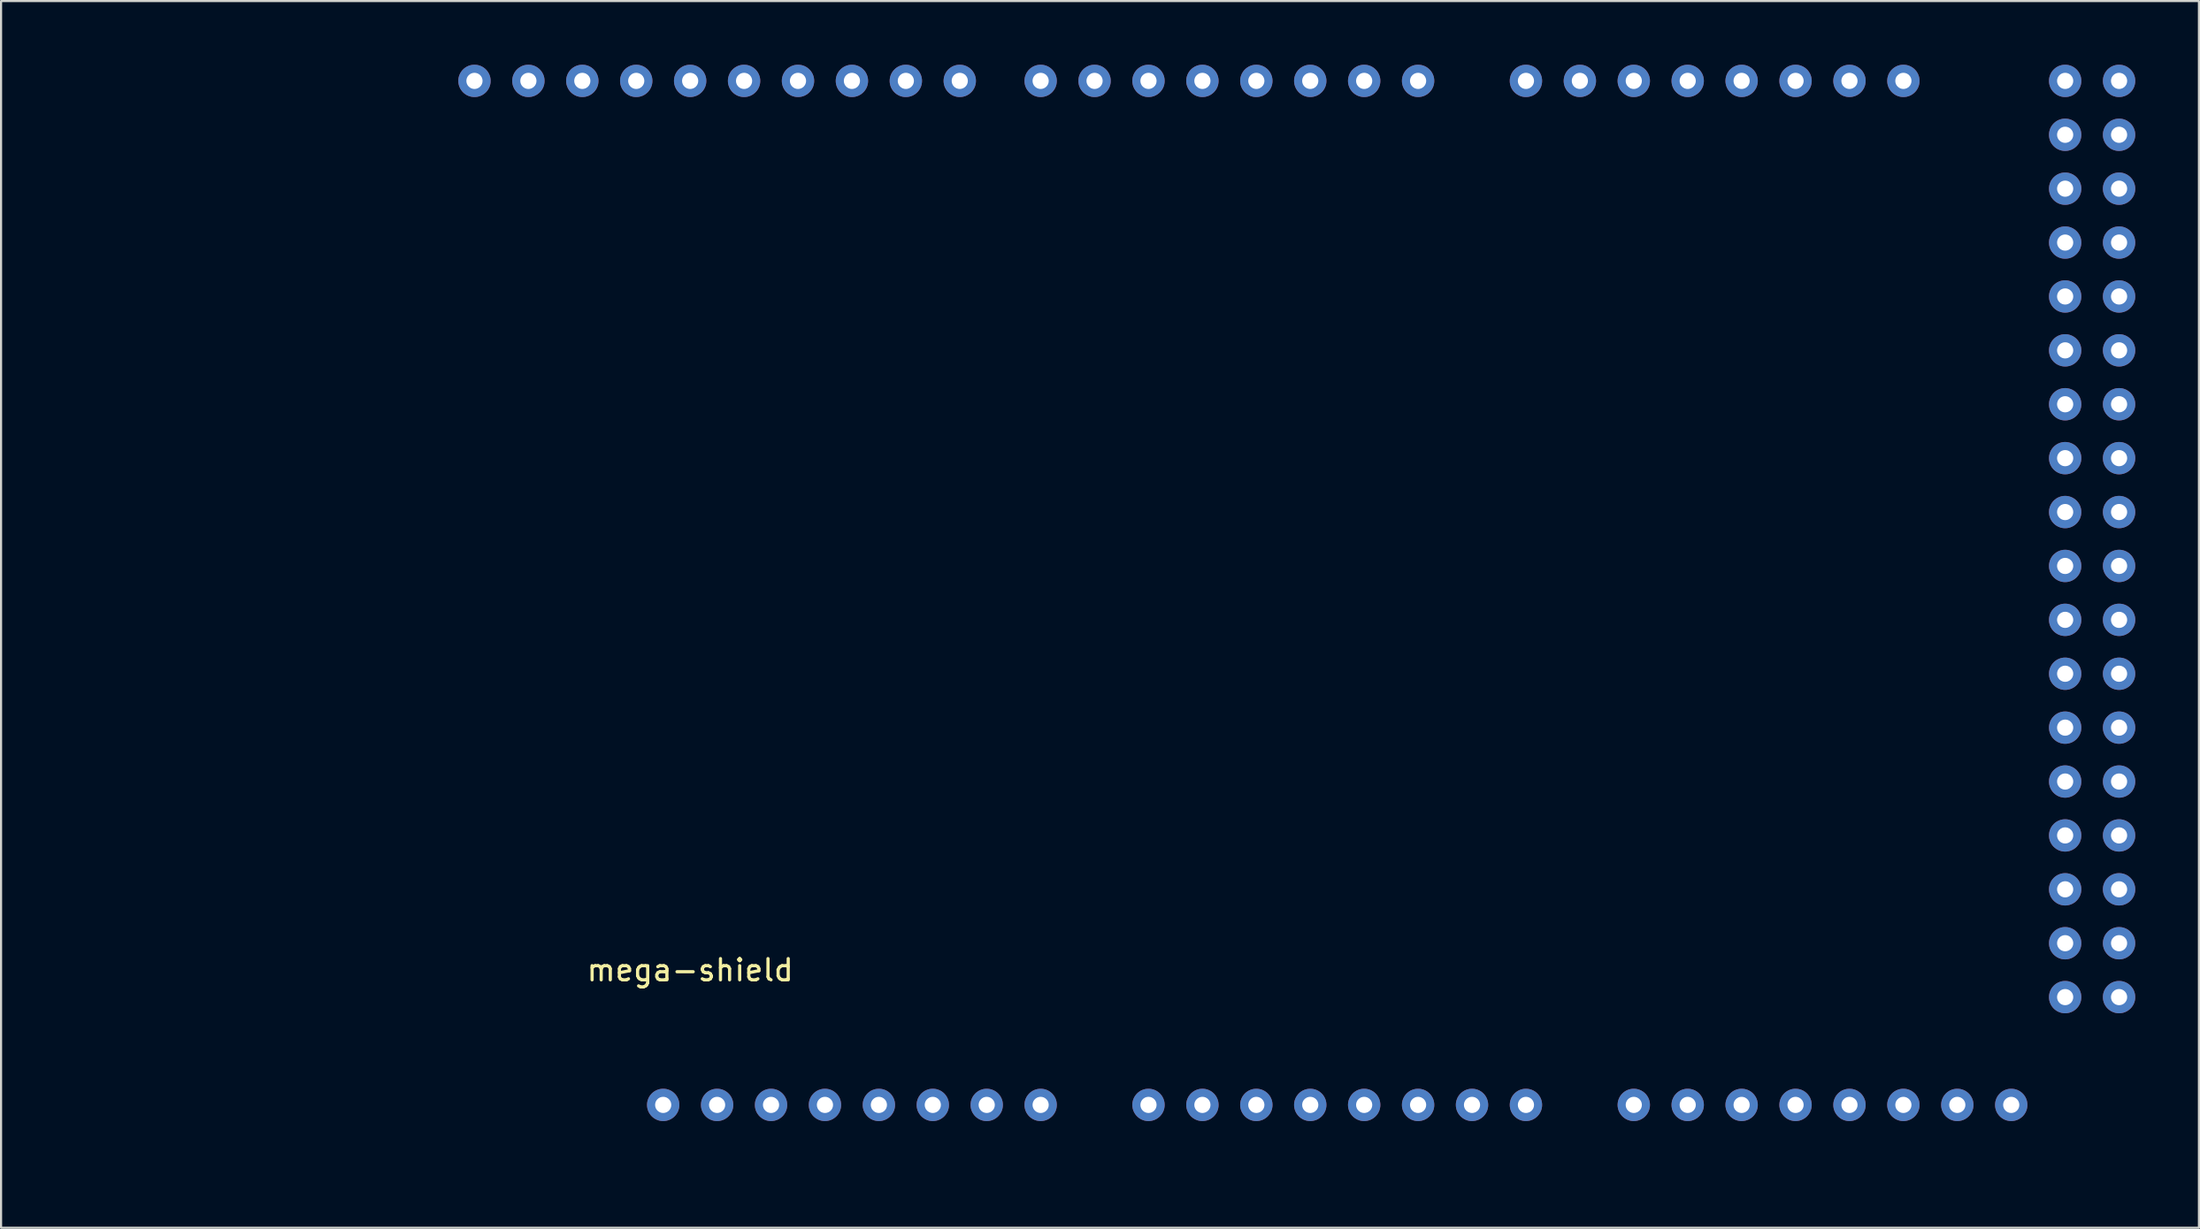
<source format=kicad_pcb>
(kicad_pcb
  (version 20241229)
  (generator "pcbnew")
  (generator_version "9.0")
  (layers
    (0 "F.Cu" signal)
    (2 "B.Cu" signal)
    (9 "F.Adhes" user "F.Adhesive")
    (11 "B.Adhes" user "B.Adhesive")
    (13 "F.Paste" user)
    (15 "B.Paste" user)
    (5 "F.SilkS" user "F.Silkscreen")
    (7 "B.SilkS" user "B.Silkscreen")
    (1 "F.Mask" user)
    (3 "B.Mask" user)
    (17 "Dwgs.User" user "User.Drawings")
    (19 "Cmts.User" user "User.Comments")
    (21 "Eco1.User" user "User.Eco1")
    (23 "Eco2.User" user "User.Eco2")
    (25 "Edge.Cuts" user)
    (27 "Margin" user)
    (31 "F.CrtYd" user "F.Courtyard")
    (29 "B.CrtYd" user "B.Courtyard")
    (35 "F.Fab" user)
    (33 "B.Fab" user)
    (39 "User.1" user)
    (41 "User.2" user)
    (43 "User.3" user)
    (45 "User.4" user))
  (footprint "mega-shield"
    (layer "F.Cu")
    (at 0.25 51.562)
    (property "Reference" "mega-shield" (at 29.21 -8.89 0) (layer "F.SilkS") (effects (font (size 1 1) (thickness 0.15))))
    (attr through_hole)
    (fp_text user "GND" (at 43.18 -6.35 90) (layer "B.Paste") (effects (font (size 1 1) (thickness 0.15))))
    (pad "1" thru_hole circle (at 86.36 -50.8 90) (size 1.524 1.524) (drill 0.762) (layers "*.Cu" "*.Mask"))
    (pad "1" thru_hole circle (at 91.44 -2.54 90) (size 1.524 1.524) (drill 0.762) (layers "*.Cu" "*.Mask"))
    (pad "2" thru_hole circle (at 83.82 -50.8 90) (size 1.524 1.524) (drill 0.762) (layers "*.Cu" "*.Mask"))
    (pad "2" thru_hole circle (at 88.9 -2.54 90) (size 1.524 1.524) (drill 0.762) (layers "*.Cu" "*.Mask"))
    (pad "3" thru_hole circle (at 81.28 -50.8 90) (size 1.524 1.524) (drill 0.762) (layers "*.Cu" "*.Mask"))
    (pad "3" thru_hole circle (at 86.36 -2.54 90) (size 1.524 1.524) (drill 0.762) (layers "*.Cu" "*.Mask"))
    (pad "3.3V" thru_hole circle (at 33.02 -2.54 90) (size 1.524 1.524) (drill 0.762) (layers "*.Cu" "*.Mask"))
    (pad "4" thru_hole circle (at 78.74 -50.8 90) (size 1.524 1.524) (drill 0.762) (layers "*.Cu" "*.Mask"))
    (pad "4" thru_hole circle (at 83.82 -2.54 90) (size 1.524 1.524) (drill 0.762) (layers "*.Cu" "*.Mask"))
    (pad "5" thru_hole circle (at 76.2 -50.8 90) (size 1.524 1.524) (drill 0.762) (layers "*.Cu" "*.Mask"))
    (pad "5" thru_hole circle (at 81.28 -2.54 90) (size 1.524 1.524) (drill 0.762) (layers "*.Cu" "*.Mask"))
    (pad "6" thru_hole circle (at 73.66 -50.8 90) (size 1.524 1.524) (drill 0.762) (layers "*.Cu" "*.Mask"))
    (pad "6" thru_hole circle (at 78.74 -2.54 90) (size 1.524 1.524) (drill 0.762) (layers "*.Cu" "*.Mask"))
    (pad "7" thru_hole circle (at 71.12 -50.8 90) (size 1.524 1.524) (drill 0.762) (layers "*.Cu" "*.Mask"))
    (pad "7" thru_hole circle (at 76.2 -2.54 90) (size 1.524 1.524) (drill 0.762) (layers "*.Cu" "*.Mask"))
    (pad "8" thru_hole circle (at 68.58 -50.8 90) (size 1.524 1.524) (drill 0.762) (layers "*.Cu" "*.Mask"))
    (pad "8" thru_hole circle (at 73.66 -2.54 90) (size 1.524 1.524) (drill 0.762) (layers "*.Cu" "*.Mask"))
    (pad "9" thru_hole circle (at 41.91 -50.8 90) (size 1.524 1.524) (drill 0.762) (layers "*.Cu" "*.Mask"))
    (pad "9" thru_hole circle (at 45.72 -2.54 90) (size 1.524 1.524) (drill 0.762) (layers "*.Cu" "*.Mask"))
    (pad "9" thru_hole circle (at 63.5 -50.8 90) (size 1.524 1.524) (drill 0.762) (layers "*.Cu" "*.Mask"))
    (pad "9" thru_hole circle (at 68.58 -2.54 90) (size 1.524 1.524) (drill 0.762) (layers "*.Cu" "*.Mask"))
    (pad "10" thru_hole circle (at 39.37 -50.8 90) (size 1.524 1.524) (drill 0.762) (layers "*.Cu" "*.Mask"))
    (pad "10" thru_hole circle (at 43.18 -2.54 90) (size 1.524 1.524) (drill 0.762) (layers "*.Cu" "*.Mask"))
    (pad "10" thru_hole circle (at 60.96 -50.8 90) (size 1.524 1.524) (drill 0.762) (layers "*.Cu" "*.Mask"))
    (pad "10" thru_hole circle (at 66.04 -2.54 90) (size 1.524 1.524) (drill 0.762) (layers "*.Cu" "*.Mask"))
    (pad "11" thru_hole circle (at 36.83 -50.8 90) (size 1.524 1.524) (drill 0.762) (layers "*.Cu" "*.Mask"))
    (pad "11" thru_hole circle (at 40.64 -2.54 90) (size 1.524 1.524) (drill 0.762) (layers "*.Cu" "*.Mask"))
    (pad "11" thru_hole circle (at 58.42 -50.8 90) (size 1.524 1.524) (drill 0.762) (layers "*.Cu" "*.Mask"))
    (pad "11" thru_hole circle (at 63.5 -2.54 90) (size 1.524 1.524) (drill 0.762) (layers "*.Cu" "*.Mask"))
    (pad "12" thru_hole circle (at 34.29 -50.8 90) (size 1.524 1.524) (drill 0.762) (layers "*.Cu" "*.Mask"))
    (pad "12" thru_hole circle (at 38.1 -2.54 90) (size 1.524 1.524) (drill 0.762) (layers "*.Cu" "*.Mask"))
    (pad "12" thru_hole circle (at 55.88 -50.8 90) (size 1.524 1.524) (drill 0.762) (layers "*.Cu" "*.Mask"))
    (pad "12" thru_hole circle (at 60.96 -2.54 90) (size 1.524 1.524) (drill 0.762) (layers "*.Cu" "*.Mask"))
    (pad "13" thru_hole circle (at 31.75 -50.8 90) (size 1.524 1.524) (drill 0.762) (layers "*.Cu" "*.Mask"))
    (pad "13" thru_hole circle (at 35.56 -2.54 90) (size 1.524 1.524) (drill 0.762) (layers "*.Cu" "*.Mask"))
    (pad "13" thru_hole circle (at 53.34 -50.8 90) (size 1.524 1.524) (drill 0.762) (layers "*.Cu" "*.Mask"))
    (pad "13" thru_hole circle (at 58.42 -2.54 90) (size 1.524 1.524) (drill 0.762) (layers "*.Cu" "*.Mask"))
    (pad "14" thru_hole circle (at 29.21 -50.8 90) (size 1.524 1.524) (drill 0.762) (layers "*.Cu" "*.Mask"))
    (pad "14" thru_hole circle (at 50.8 -50.8 90) (size 1.524 1.524) (drill 0.762) (layers "*.Cu" "*.Mask"))
    (pad "14" thru_hole circle (at 55.88 -2.54 90) (size 1.524 1.524) (drill 0.762) (layers "*.Cu" "*.Mask"))
    (pad "15" thru_hole circle (at 26.67 -50.8 90) (size 1.524 1.524) (drill 0.762) (layers "*.Cu" "*.Mask"))
    (pad "15" thru_hole circle (at 48.26 -50.8 90) (size 1.524 1.524) (drill 0.762) (layers "*.Cu" "*.Mask"))
    (pad "15" thru_hole circle (at 53.34 -2.54 90) (size 1.524 1.524) (drill 0.762) (layers "*.Cu" "*.Mask"))
    (pad "16" thru_hole circle (at 24.13 -50.8 90) (size 1.524 1.524) (drill 0.762) (layers "*.Cu" "*.Mask"))
    (pad "16" thru_hole circle (at 27.94 -2.54 90) (size 1.524 1.524) (drill 0.762) (layers "*.Cu" "*.Mask"))
    (pad "16" thru_hole circle (at 45.72 -50.8 90) (size 1.524 1.524) (drill 0.762) (layers "*.Cu" "*.Mask"))
    (pad "16" thru_hole circle (at 50.8 -2.54 90) (size 1.524 1.524) (drill 0.762) (layers "*.Cu" "*.Mask"))
    (pad "17" thru_hole circle (at 21.59 -50.8) (size 1.524 1.524) (drill 0.762) (layers "*.Cu" "*.Mask"))
    (pad "18" thru_hole circle (at 19.05 -50.8) (size 1.524 1.524) (drill 0.762) (layers "*.Cu" "*.Mask"))
    (pad "19" thru_hole circle (at 93.98 -50.8) (size 1.524 1.524) (drill 0.762) (layers "*.Cu" "*.Mask"))
    (pad "19" thru_hole circle (at 93.98 -48.26) (size 1.524 1.524) (drill 0.762) (layers "*.Cu" "*.Mask"))
    (pad "19" thru_hole circle (at 93.98 -45.72) (size 1.524 1.524) (drill 0.762) (layers "*.Cu" "*.Mask"))
    (pad "19" thru_hole circle (at 93.98 -43.18) (size 1.524 1.524) (drill 0.762) (layers "*.Cu" "*.Mask"))
    (pad "19" thru_hole circle (at 93.98 -40.64) (size 1.524 1.524) (drill 0.762) (layers "*.Cu" "*.Mask"))
    (pad "19" thru_hole circle (at 93.98 -38.1) (size 1.524 1.524) (drill 0.762) (layers "*.Cu" "*.Mask"))
    (pad "19" thru_hole circle (at 93.98 -35.56) (size 1.524 1.524) (drill 0.762) (layers "*.Cu" "*.Mask"))
    (pad "19" thru_hole circle (at 93.98 -33.02) (size 1.524 1.524) (drill 0.762) (layers "*.Cu" "*.Mask"))
    (pad "19" thru_hole circle (at 93.98 -30.48) (size 1.524 1.524) (drill 0.762) (layers "*.Cu" "*.Mask"))
    (pad "19" thru_hole circle (at 93.98 -27.94) (size 1.524 1.524) (drill 0.762) (layers "*.Cu" "*.Mask"))
    (pad "19" thru_hole circle (at 93.98 -25.4) (size 1.524 1.524) (drill 0.762) (layers "*.Cu" "*.Mask"))
    (pad "19" thru_hole circle (at 93.98 -22.86) (size 1.524 1.524) (drill 0.762) (layers "*.Cu" "*.Mask"))
    (pad "19" thru_hole circle (at 93.98 -20.32) (size 1.524 1.524) (drill 0.762) (layers "*.Cu" "*.Mask"))
    (pad "19" thru_hole circle (at 93.98 -17.78) (size 1.524 1.524) (drill 0.762) (layers "*.Cu" "*.Mask"))
    (pad "19" thru_hole circle (at 93.98 -15.24) (size 1.524 1.524) (drill 0.762) (layers "*.Cu" "*.Mask"))
    (pad "19" thru_hole circle (at 93.98 -12.7) (size 1.524 1.524) (drill 0.762) (layers "*.Cu" "*.Mask"))
    (pad "19" thru_hole circle (at 93.98 -10.16) (size 1.524 1.524) (drill 0.762) (layers "*.Cu" "*.Mask"))
    (pad "19" thru_hole circle (at 93.98 -7.62) (size 1.524 1.524) (drill 0.762) (layers "*.Cu" "*.Mask"))
    (pad "20" thru_hole circle (at 96.52 -50.8) (size 1.524 1.524) (drill 0.762) (layers "*.Cu" "*.Mask"))
    (pad "20" thru_hole circle (at 96.52 -48.26) (size 1.524 1.524) (drill 0.762) (layers "*.Cu" "*.Mask"))
    (pad "20" thru_hole circle (at 96.52 -45.72) (size 1.524 1.524) (drill 0.762) (layers "*.Cu" "*.Mask"))
    (pad "20" thru_hole circle (at 96.52 -43.18) (size 1.524 1.524) (drill 0.762) (layers "*.Cu" "*.Mask"))
    (pad "20" thru_hole circle (at 96.52 -40.64) (size 1.524 1.524) (drill 0.762) (layers "*.Cu" "*.Mask"))
    (pad "20" thru_hole circle (at 96.52 -38.1) (size 1.524 1.524) (drill 0.762) (layers "*.Cu" "*.Mask"))
    (pad "20" thru_hole circle (at 96.52 -35.56) (size 1.524 1.524) (drill 0.762) (layers "*.Cu" "*.Mask"))
    (pad "20" thru_hole circle (at 96.52 -33.02) (size 1.524 1.524) (drill 0.762) (layers "*.Cu" "*.Mask"))
    (pad "20" thru_hole circle (at 96.52 -30.48) (size 1.524 1.524) (drill 0.762) (layers "*.Cu" "*.Mask"))
    (pad "20" thru_hole circle (at 96.52 -27.94) (size 1.524 1.524) (drill 0.762) (layers "*.Cu" "*.Mask"))
    (pad "20" thru_hole circle (at 96.52 -25.4) (size 1.524 1.524) (drill 0.762) (layers "*.Cu" "*.Mask"))
    (pad "20" thru_hole circle (at 96.52 -22.86) (size 1.524 1.524) (drill 0.762) (layers "*.Cu" "*.Mask"))
    (pad "20" thru_hole circle (at 96.52 -20.32) (size 1.524 1.524) (drill 0.762) (layers "*.Cu" "*.Mask"))
    (pad "20" thru_hole circle (at 96.52 -17.78) (size 1.524 1.524) (drill 0.762) (layers "*.Cu" "*.Mask"))
    (pad "20" thru_hole circle (at 96.52 -15.24) (size 1.524 1.524) (drill 0.762) (layers "*.Cu" "*.Mask"))
    (pad "20" thru_hole circle (at 96.52 -12.7) (size 1.524 1.524) (drill 0.762) (layers "*.Cu" "*.Mask"))
    (pad "20" thru_hole circle (at 96.52 -10.16) (size 1.524 1.524) (drill 0.762) (layers "*.Cu" "*.Mask"))
    (pad "20" thru_hole circle (at 96.52 -7.62) (size 1.524 1.524) (drill 0.762) (layers "*.Cu" "*.Mask"))
    (pad "RESET" thru_hole circle (at 30.48 -2.54) (size 1.524 1.524) (drill 0.762) (layers "*.Cu" "*.Mask")))
  (gr_rect
    (start -3 -3)
    (end 100.532 54.812)
    (stroke (width 0.1) (type default))
    (fill no)
    (layer "Edge.Cuts")))
</source>
